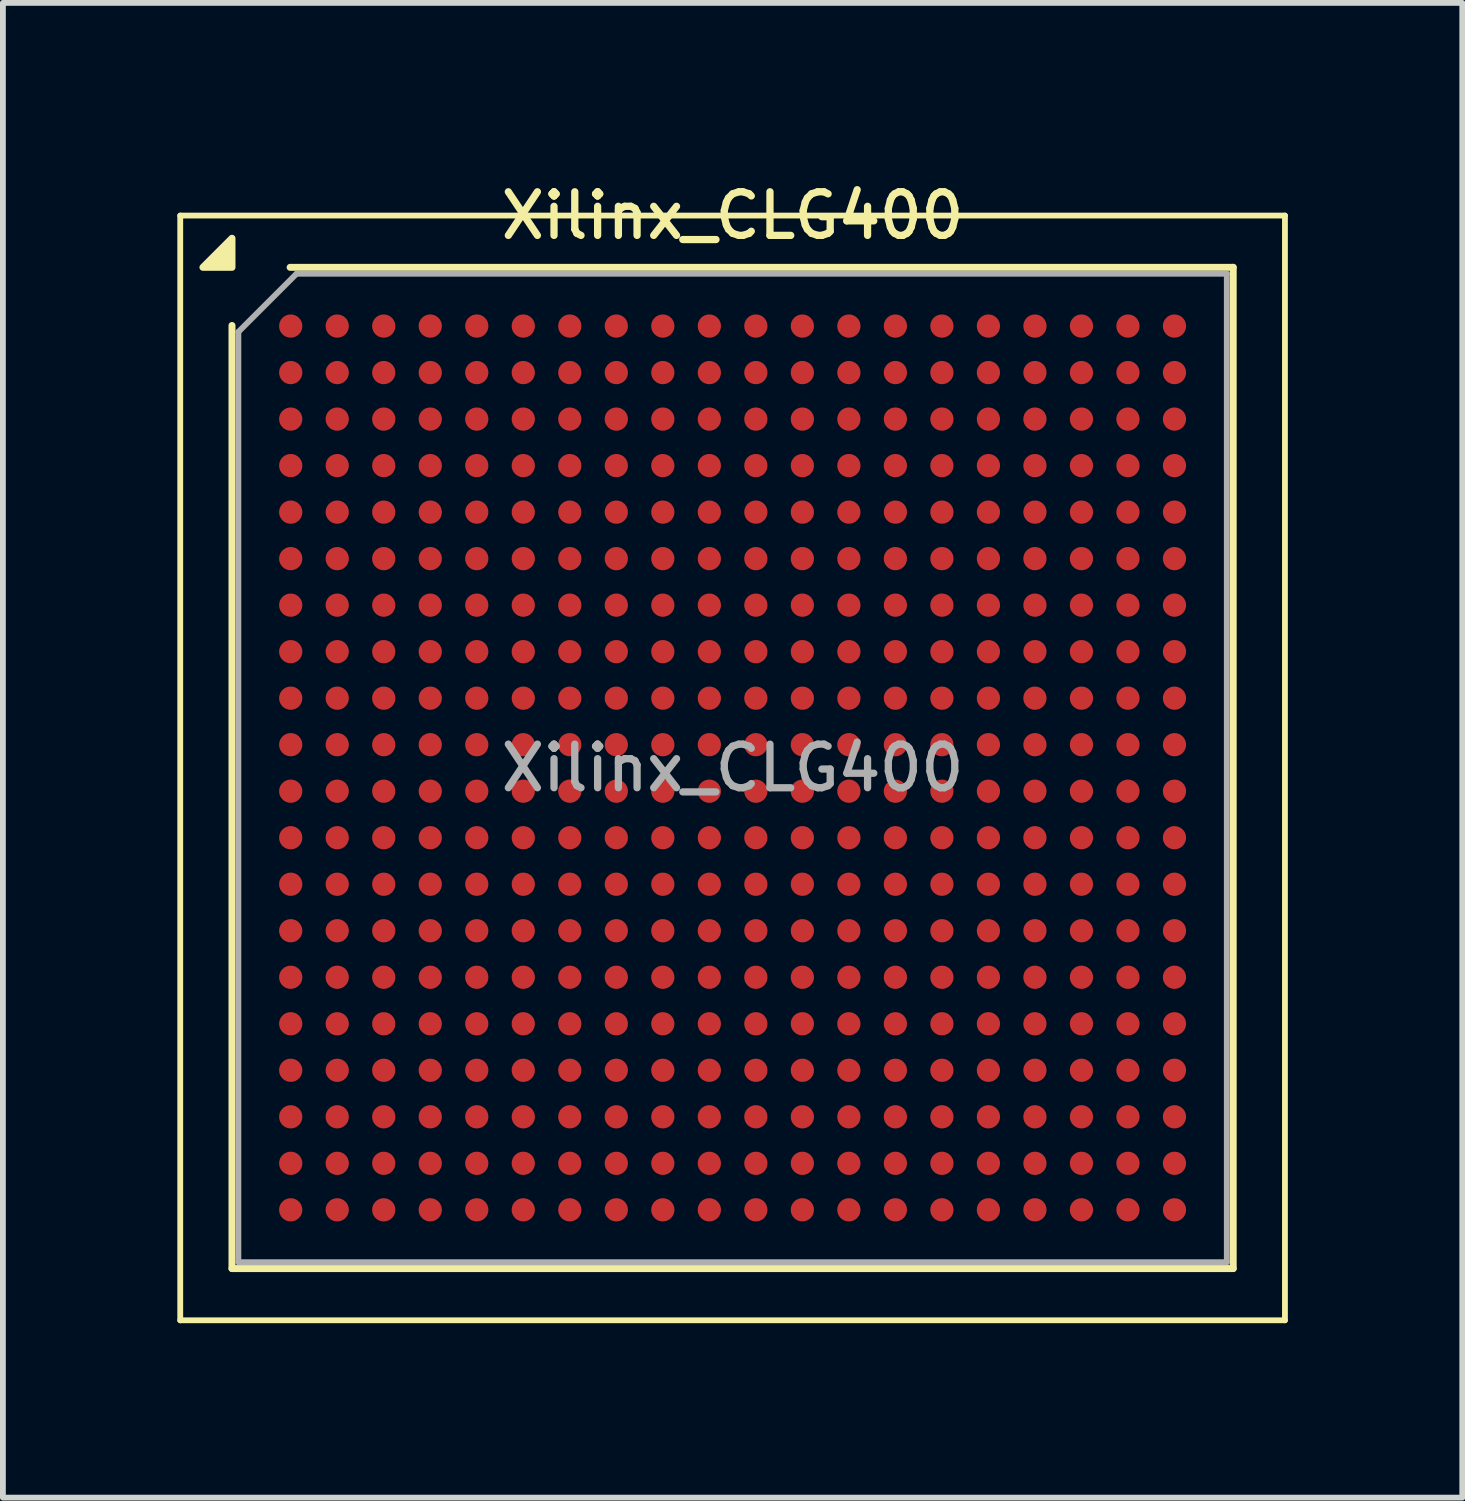
<source format=kicad_pcb>
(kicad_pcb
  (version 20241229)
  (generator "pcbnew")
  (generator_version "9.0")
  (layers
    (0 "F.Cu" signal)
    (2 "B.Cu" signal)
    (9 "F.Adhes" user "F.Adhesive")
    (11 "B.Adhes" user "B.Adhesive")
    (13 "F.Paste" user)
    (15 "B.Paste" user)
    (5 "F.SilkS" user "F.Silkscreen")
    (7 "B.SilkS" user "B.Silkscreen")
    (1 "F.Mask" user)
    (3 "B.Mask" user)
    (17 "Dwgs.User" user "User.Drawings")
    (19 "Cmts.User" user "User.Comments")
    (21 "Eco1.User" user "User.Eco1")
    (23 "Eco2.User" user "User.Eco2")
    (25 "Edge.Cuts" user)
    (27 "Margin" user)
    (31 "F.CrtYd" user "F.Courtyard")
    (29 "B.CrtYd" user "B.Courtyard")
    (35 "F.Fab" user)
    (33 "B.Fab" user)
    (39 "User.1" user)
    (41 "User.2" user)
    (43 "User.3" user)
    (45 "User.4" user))
  (footprint "Xilinx_CLG400"
    (layer "F.Cu")
    (at 9.55 10.158)
    (property "Reference" "Xilinx_CLG400" (at 0 -9.5 0) (layer "F.SilkS") (effects (font (size 0.75 0.75) (thickness 0.125))))
    (attr smd)
    (fp_line (start -9.5 -9.5) (end -9.5 9.5) (stroke (width 0.1) (type solid)) (layer "F.SilkS"))
    (fp_line (start -9.5 9.5) (end 9.5 9.5) (stroke (width 0.1) (type solid)) (layer "F.SilkS"))
    (fp_line (start -8.61 8.61) (end -8.61 -7.61) (stroke (width 0.12) (type solid)) (layer "F.SilkS"))
    (fp_line (start -7.61 -8.61) (end 8.61 -8.61) (stroke (width 0.12) (type solid)) (layer "F.SilkS"))
    (fp_line (start 8.61 -8.61) (end 8.61 8.61) (stroke (width 0.12) (type solid)) (layer "F.SilkS"))
    (fp_line (start 8.61 8.61) (end -8.61 8.61) (stroke (width 0.12) (type solid)) (layer "F.SilkS"))
    (fp_line (start 9.5 -9.5) (end -9.5 -9.5) (stroke (width 0.1) (type solid)) (layer "F.SilkS"))
    (fp_line (start 9.5 9.5) (end 9.5 -9.5) (stroke (width 0.1) (type solid)) (layer "F.SilkS"))
    (fp_poly (pts (xy -8.61 -8.61) (xy -9.11 -8.61) (xy -8.61 -9.11) (xy -8.61 -8.61)) (stroke (width 0.12) (type solid)) (fill yes) (layer "F.SilkS"))
    (fp_line (start -8.5 -7.5) (end -7.5 -8.5) (stroke (width 0.1) (type solid)) (layer "F.Fab"))
    (fp_line (start -8.5 8.5) (end -8.5 -7.5) (stroke (width 0.1) (type solid)) (layer "F.Fab"))
    (fp_line (start -7.5 -8.5) (end 8.5 -8.5) (stroke (width 0.1) (type solid)) (layer "F.Fab"))
    (fp_line (start 8.5 -8.5) (end 8.5 8.5) (stroke (width 0.1) (type solid)) (layer "F.Fab"))
    (fp_line (start 8.5 8.5) (end -8.5 8.5) (stroke (width 0.1) (type solid)) (layer "F.Fab"))
    (fp_text user "${REFERENCE}" (at 0 0 0) (layer "F.Fab") (effects (font (size 0.75 0.75) (thickness 0.125))))
    (pad "A1" smd circle (at -7.6 -7.6) (size 0.4 0.4) (property pad_prop_bga) (layers "F.Cu" "F.Mask" "F.Paste"))
    (pad "A2" smd circle (at -6.8 -7.6) (size 0.4 0.4) (property pad_prop_bga) (layers "F.Cu" "F.Mask" "F.Paste"))
    (pad "A3" smd circle (at -6 -7.6) (size 0.4 0.4) (property pad_prop_bga) (layers "F.Cu" "F.Mask" "F.Paste"))
    (pad "A4" smd circle (at -5.2 -7.6) (size 0.4 0.4) (property pad_prop_bga) (layers "F.Cu" "F.Mask" "F.Paste"))
    (pad "A5" smd circle (at -4.4 -7.6) (size 0.4 0.4) (property pad_prop_bga) (layers "F.Cu" "F.Mask" "F.Paste"))
    (pad "A6" smd circle (at -3.6 -7.6) (size 0.4 0.4) (property pad_prop_bga) (layers "F.Cu" "F.Mask" "F.Paste"))
    (pad "A7" smd circle (at -2.8 -7.6) (size 0.4 0.4) (property pad_prop_bga) (layers "F.Cu" "F.Mask" "F.Paste"))
    (pad "A8" smd circle (at -2 -7.6) (size 0.4 0.4) (property pad_prop_bga) (layers "F.Cu" "F.Mask" "F.Paste"))
    (pad "A9" smd circle (at -1.2 -7.6) (size 0.4 0.4) (property pad_prop_bga) (layers "F.Cu" "F.Mask" "F.Paste"))
    (pad "A10" smd circle (at -0.4 -7.6) (size 0.4 0.4) (property pad_prop_bga) (layers "F.Cu" "F.Mask" "F.Paste"))
    (pad "A11" smd circle (at 0.4 -7.6) (size 0.4 0.4) (property pad_prop_bga) (layers "F.Cu" "F.Mask" "F.Paste"))
    (pad "A12" smd circle (at 1.2 -7.6) (size 0.4 0.4) (property pad_prop_bga) (layers "F.Cu" "F.Mask" "F.Paste"))
    (pad "A13" smd circle (at 2 -7.6) (size 0.4 0.4) (property pad_prop_bga) (layers "F.Cu" "F.Mask" "F.Paste"))
    (pad "A14" smd circle (at 2.8 -7.6) (size 0.4 0.4) (property pad_prop_bga) (layers "F.Cu" "F.Mask" "F.Paste"))
    (pad "A15" smd circle (at 3.6 -7.6) (size 0.4 0.4) (property pad_prop_bga) (layers "F.Cu" "F.Mask" "F.Paste"))
    (pad "A16" smd circle (at 4.4 -7.6) (size 0.4 0.4) (property pad_prop_bga) (layers "F.Cu" "F.Mask" "F.Paste"))
    (pad "A17" smd circle (at 5.2 -7.6) (size 0.4 0.4) (property pad_prop_bga) (layers "F.Cu" "F.Mask" "F.Paste"))
    (pad "A18" smd circle (at 6 -7.6) (size 0.4 0.4) (property pad_prop_bga) (layers "F.Cu" "F.Mask" "F.Paste"))
    (pad "A19" smd circle (at 6.8 -7.6) (size 0.4 0.4) (property pad_prop_bga) (layers "F.Cu" "F.Mask" "F.Paste"))
    (pad "A20" smd circle (at 7.6 -7.6) (size 0.4 0.4) (property pad_prop_bga) (layers "F.Cu" "F.Mask" "F.Paste"))
    (pad "B1" smd circle (at -7.6 -6.8) (size 0.4 0.4) (property pad_prop_bga) (layers "F.Cu" "F.Mask" "F.Paste"))
    (pad "B2" smd circle (at -6.8 -6.8) (size 0.4 0.4) (property pad_prop_bga) (layers "F.Cu" "F.Mask" "F.Paste"))
    (pad "B3" smd circle (at -6 -6.8) (size 0.4 0.4) (property pad_prop_bga) (layers "F.Cu" "F.Mask" "F.Paste"))
    (pad "B4" smd circle (at -5.2 -6.8) (size 0.4 0.4) (property pad_prop_bga) (layers "F.Cu" "F.Mask" "F.Paste"))
    (pad "B5" smd circle (at -4.4 -6.8) (size 0.4 0.4) (property pad_prop_bga) (layers "F.Cu" "F.Mask" "F.Paste"))
    (pad "B6" smd circle (at -3.6 -6.8) (size 0.4 0.4) (property pad_prop_bga) (layers "F.Cu" "F.Mask" "F.Paste"))
    (pad "B7" smd circle (at -2.8 -6.8) (size 0.4 0.4) (property pad_prop_bga) (layers "F.Cu" "F.Mask" "F.Paste"))
    (pad "B8" smd circle (at -2 -6.8) (size 0.4 0.4) (property pad_prop_bga) (layers "F.Cu" "F.Mask" "F.Paste"))
    (pad "B9" smd circle (at -1.2 -6.8) (size 0.4 0.4) (property pad_prop_bga) (layers "F.Cu" "F.Mask" "F.Paste"))
    (pad "B10" smd circle (at -0.4 -6.8) (size 0.4 0.4) (property pad_prop_bga) (layers "F.Cu" "F.Mask" "F.Paste"))
    (pad "B11" smd circle (at 0.4 -6.8) (size 0.4 0.4) (property pad_prop_bga) (layers "F.Cu" "F.Mask" "F.Paste"))
    (pad "B12" smd circle (at 1.2 -6.8) (size 0.4 0.4) (property pad_prop_bga) (layers "F.Cu" "F.Mask" "F.Paste"))
    (pad "B13" smd circle (at 2 -6.8) (size 0.4 0.4) (property pad_prop_bga) (layers "F.Cu" "F.Mask" "F.Paste"))
    (pad "B14" smd circle (at 2.8 -6.8) (size 0.4 0.4) (property pad_prop_bga) (layers "F.Cu" "F.Mask" "F.Paste"))
    (pad "B15" smd circle (at 3.6 -6.8) (size 0.4 0.4) (property pad_prop_bga) (layers "F.Cu" "F.Mask" "F.Paste"))
    (pad "B16" smd circle (at 4.4 -6.8) (size 0.4 0.4) (property pad_prop_bga) (layers "F.Cu" "F.Mask" "F.Paste"))
    (pad "B17" smd circle (at 5.2 -6.8) (size 0.4 0.4) (property pad_prop_bga) (layers "F.Cu" "F.Mask" "F.Paste"))
    (pad "B18" smd circle (at 6 -6.8) (size 0.4 0.4) (property pad_prop_bga) (layers "F.Cu" "F.Mask" "F.Paste"))
    (pad "B19" smd circle (at 6.8 -6.8) (size 0.4 0.4) (property pad_prop_bga) (layers "F.Cu" "F.Mask" "F.Paste"))
    (pad "B20" smd circle (at 7.6 -6.8) (size 0.4 0.4) (property pad_prop_bga) (layers "F.Cu" "F.Mask" "F.Paste"))
    (pad "C1" smd circle (at -7.6 -6) (size 0.4 0.4) (property pad_prop_bga) (layers "F.Cu" "F.Mask" "F.Paste"))
    (pad "C2" smd circle (at -6.8 -6) (size 0.4 0.4) (property pad_prop_bga) (layers "F.Cu" "F.Mask" "F.Paste"))
    (pad "C3" smd circle (at -6 -6) (size 0.4 0.4) (property pad_prop_bga) (layers "F.Cu" "F.Mask" "F.Paste"))
    (pad "C4" smd circle (at -5.2 -6) (size 0.4 0.4) (property pad_prop_bga) (layers "F.Cu" "F.Mask" "F.Paste"))
    (pad "C5" smd circle (at -4.4 -6) (size 0.4 0.4) (property pad_prop_bga) (layers "F.Cu" "F.Mask" "F.Paste"))
    (pad "C6" smd circle (at -3.6 -6) (size 0.4 0.4) (property pad_prop_bga) (layers "F.Cu" "F.Mask" "F.Paste"))
    (pad "C7" smd circle (at -2.8 -6) (size 0.4 0.4) (property pad_prop_bga) (layers "F.Cu" "F.Mask" "F.Paste"))
    (pad "C8" smd circle (at -2 -6) (size 0.4 0.4) (property pad_prop_bga) (layers "F.Cu" "F.Mask" "F.Paste"))
    (pad "C9" smd circle (at -1.2 -6) (size 0.4 0.4) (property pad_prop_bga) (layers "F.Cu" "F.Mask" "F.Paste"))
    (pad "C10" smd circle (at -0.4 -6) (size 0.4 0.4) (property pad_prop_bga) (layers "F.Cu" "F.Mask" "F.Paste"))
    (pad "C11" smd circle (at 0.4 -6) (size 0.4 0.4) (property pad_prop_bga) (layers "F.Cu" "F.Mask" "F.Paste"))
    (pad "C12" smd circle (at 1.2 -6) (size 0.4 0.4) (property pad_prop_bga) (layers "F.Cu" "F.Mask" "F.Paste"))
    (pad "C13" smd circle (at 2 -6) (size 0.4 0.4) (property pad_prop_bga) (layers "F.Cu" "F.Mask" "F.Paste"))
    (pad "C14" smd circle (at 2.8 -6) (size 0.4 0.4) (property pad_prop_bga) (layers "F.Cu" "F.Mask" "F.Paste"))
    (pad "C15" smd circle (at 3.6 -6) (size 0.4 0.4) (property pad_prop_bga) (layers "F.Cu" "F.Mask" "F.Paste"))
    (pad "C16" smd circle (at 4.4 -6) (size 0.4 0.4) (property pad_prop_bga) (layers "F.Cu" "F.Mask" "F.Paste"))
    (pad "C17" smd circle (at 5.2 -6) (size 0.4 0.4) (property pad_prop_bga) (layers "F.Cu" "F.Mask" "F.Paste"))
    (pad "C18" smd circle (at 6 -6) (size 0.4 0.4) (property pad_prop_bga) (layers "F.Cu" "F.Mask" "F.Paste"))
    (pad "C19" smd circle (at 6.8 -6) (size 0.4 0.4) (property pad_prop_bga) (layers "F.Cu" "F.Mask" "F.Paste"))
    (pad "C20" smd circle (at 7.6 -6) (size 0.4 0.4) (property pad_prop_bga) (layers "F.Cu" "F.Mask" "F.Paste"))
    (pad "D1" smd circle (at -7.6 -5.2) (size 0.4 0.4) (property pad_prop_bga) (layers "F.Cu" "F.Mask" "F.Paste"))
    (pad "D2" smd circle (at -6.8 -5.2) (size 0.4 0.4) (property pad_prop_bga) (layers "F.Cu" "F.Mask" "F.Paste"))
    (pad "D3" smd circle (at -6 -5.2) (size 0.4 0.4) (property pad_prop_bga) (layers "F.Cu" "F.Mask" "F.Paste"))
    (pad "D4" smd circle (at -5.2 -5.2) (size 0.4 0.4) (property pad_prop_bga) (layers "F.Cu" "F.Mask" "F.Paste"))
    (pad "D5" smd circle (at -4.4 -5.2) (size 0.4 0.4) (property pad_prop_bga) (layers "F.Cu" "F.Mask" "F.Paste"))
    (pad "D6" smd circle (at -3.6 -5.2) (size 0.4 0.4) (property pad_prop_bga) (layers "F.Cu" "F.Mask" "F.Paste"))
    (pad "D7" smd circle (at -2.8 -5.2) (size 0.4 0.4) (property pad_prop_bga) (layers "F.Cu" "F.Mask" "F.Paste"))
    (pad "D8" smd circle (at -2 -5.2) (size 0.4 0.4) (property pad_prop_bga) (layers "F.Cu" "F.Mask" "F.Paste"))
    (pad "D9" smd circle (at -1.2 -5.2) (size 0.4 0.4) (property pad_prop_bga) (layers "F.Cu" "F.Mask" "F.Paste"))
    (pad "D10" smd circle (at -0.4 -5.2) (size 0.4 0.4) (property pad_prop_bga) (layers "F.Cu" "F.Mask" "F.Paste"))
    (pad "D11" smd circle (at 0.4 -5.2) (size 0.4 0.4) (property pad_prop_bga) (layers "F.Cu" "F.Mask" "F.Paste"))
    (pad "D12" smd circle (at 1.2 -5.2) (size 0.4 0.4) (property pad_prop_bga) (layers "F.Cu" "F.Mask" "F.Paste"))
    (pad "D13" smd circle (at 2 -5.2) (size 0.4 0.4) (property pad_prop_bga) (layers "F.Cu" "F.Mask" "F.Paste"))
    (pad "D14" smd circle (at 2.8 -5.2) (size 0.4 0.4) (property pad_prop_bga) (layers "F.Cu" "F.Mask" "F.Paste"))
    (pad "D15" smd circle (at 3.6 -5.2) (size 0.4 0.4) (property pad_prop_bga) (layers "F.Cu" "F.Mask" "F.Paste"))
    (pad "D16" smd circle (at 4.4 -5.2) (size 0.4 0.4) (property pad_prop_bga) (layers "F.Cu" "F.Mask" "F.Paste"))
    (pad "D17" smd circle (at 5.2 -5.2) (size 0.4 0.4) (property pad_prop_bga) (layers "F.Cu" "F.Mask" "F.Paste"))
    (pad "D18" smd circle (at 6 -5.2) (size 0.4 0.4) (property pad_prop_bga) (layers "F.Cu" "F.Mask" "F.Paste"))
    (pad "D19" smd circle (at 6.8 -5.2) (size 0.4 0.4) (property pad_prop_bga) (layers "F.Cu" "F.Mask" "F.Paste"))
    (pad "D20" smd circle (at 7.6 -5.2) (size 0.4 0.4) (property pad_prop_bga) (layers "F.Cu" "F.Mask" "F.Paste"))
    (pad "E1" smd circle (at -7.6 -4.4) (size 0.4 0.4) (property pad_prop_bga) (layers "F.Cu" "F.Mask" "F.Paste"))
    (pad "E2" smd circle (at -6.8 -4.4) (size 0.4 0.4) (property pad_prop_bga) (layers "F.Cu" "F.Mask" "F.Paste"))
    (pad "E3" smd circle (at -6 -4.4) (size 0.4 0.4) (property pad_prop_bga) (layers "F.Cu" "F.Mask" "F.Paste"))
    (pad "E4" smd circle (at -5.2 -4.4) (size 0.4 0.4) (property pad_prop_bga) (layers "F.Cu" "F.Mask" "F.Paste"))
    (pad "E5" smd circle (at -4.4 -4.4) (size 0.4 0.4) (property pad_prop_bga) (layers "F.Cu" "F.Mask" "F.Paste"))
    (pad "E6" smd circle (at -3.6 -4.4) (size 0.4 0.4) (property pad_prop_bga) (layers "F.Cu" "F.Mask" "F.Paste"))
    (pad "E7" smd circle (at -2.8 -4.4) (size 0.4 0.4) (property pad_prop_bga) (layers "F.Cu" "F.Mask" "F.Paste"))
    (pad "E8" smd circle (at -2 -4.4) (size 0.4 0.4) (property pad_prop_bga) (layers "F.Cu" "F.Mask" "F.Paste"))
    (pad "E9" smd circle (at -1.2 -4.4) (size 0.4 0.4) (property pad_prop_bga) (layers "F.Cu" "F.Mask" "F.Paste"))
    (pad "E10" smd circle (at -0.4 -4.4) (size 0.4 0.4) (property pad_prop_bga) (layers "F.Cu" "F.Mask" "F.Paste"))
    (pad "E11" smd circle (at 0.4 -4.4) (size 0.4 0.4) (property pad_prop_bga) (layers "F.Cu" "F.Mask" "F.Paste"))
    (pad "E12" smd circle (at 1.2 -4.4) (size 0.4 0.4) (property pad_prop_bga) (layers "F.Cu" "F.Mask" "F.Paste"))
    (pad "E13" smd circle (at 2 -4.4) (size 0.4 0.4) (property pad_prop_bga) (layers "F.Cu" "F.Mask" "F.Paste"))
    (pad "E14" smd circle (at 2.8 -4.4) (size 0.4 0.4) (property pad_prop_bga) (layers "F.Cu" "F.Mask" "F.Paste"))
    (pad "E15" smd circle (at 3.6 -4.4) (size 0.4 0.4) (property pad_prop_bga) (layers "F.Cu" "F.Mask" "F.Paste"))
    (pad "E16" smd circle (at 4.4 -4.4) (size 0.4 0.4) (property pad_prop_bga) (layers "F.Cu" "F.Mask" "F.Paste"))
    (pad "E17" smd circle (at 5.2 -4.4) (size 0.4 0.4) (property pad_prop_bga) (layers "F.Cu" "F.Mask" "F.Paste"))
    (pad "E18" smd circle (at 6 -4.4) (size 0.4 0.4) (property pad_prop_bga) (layers "F.Cu" "F.Mask" "F.Paste"))
    (pad "E19" smd circle (at 6.8 -4.4) (size 0.4 0.4) (property pad_prop_bga) (layers "F.Cu" "F.Mask" "F.Paste"))
    (pad "E20" smd circle (at 7.6 -4.4) (size 0.4 0.4) (property pad_prop_bga) (layers "F.Cu" "F.Mask" "F.Paste"))
    (pad "F1" smd circle (at -7.6 -3.6) (size 0.4 0.4) (property pad_prop_bga) (layers "F.Cu" "F.Mask" "F.Paste"))
    (pad "F2" smd circle (at -6.8 -3.6) (size 0.4 0.4) (property pad_prop_bga) (layers "F.Cu" "F.Mask" "F.Paste"))
    (pad "F3" smd circle (at -6 -3.6) (size 0.4 0.4) (property pad_prop_bga) (layers "F.Cu" "F.Mask" "F.Paste"))
    (pad "F4" smd circle (at -5.2 -3.6) (size 0.4 0.4) (property pad_prop_bga) (layers "F.Cu" "F.Mask" "F.Paste"))
    (pad "F5" smd circle (at -4.4 -3.6) (size 0.4 0.4) (property pad_prop_bga) (layers "F.Cu" "F.Mask" "F.Paste"))
    (pad "F6" smd circle (at -3.6 -3.6) (size 0.4 0.4) (property pad_prop_bga) (layers "F.Cu" "F.Mask" "F.Paste"))
    (pad "F7" smd circle (at -2.8 -3.6) (size 0.4 0.4) (property pad_prop_bga) (layers "F.Cu" "F.Mask" "F.Paste"))
    (pad "F8" smd circle (at -2 -3.6) (size 0.4 0.4) (property pad_prop_bga) (layers "F.Cu" "F.Mask" "F.Paste"))
    (pad "F9" smd circle (at -1.2 -3.6) (size 0.4 0.4) (property pad_prop_bga) (layers "F.Cu" "F.Mask" "F.Paste"))
    (pad "F10" smd circle (at -0.4 -3.6) (size 0.4 0.4) (property pad_prop_bga) (layers "F.Cu" "F.Mask" "F.Paste"))
    (pad "F11" smd circle (at 0.4 -3.6) (size 0.4 0.4) (property pad_prop_bga) (layers "F.Cu" "F.Mask" "F.Paste"))
    (pad "F12" smd circle (at 1.2 -3.6) (size 0.4 0.4) (property pad_prop_bga) (layers "F.Cu" "F.Mask" "F.Paste"))
    (pad "F13" smd circle (at 2 -3.6) (size 0.4 0.4) (property pad_prop_bga) (layers "F.Cu" "F.Mask" "F.Paste"))
    (pad "F14" smd circle (at 2.8 -3.6) (size 0.4 0.4) (property pad_prop_bga) (layers "F.Cu" "F.Mask" "F.Paste"))
    (pad "F15" smd circle (at 3.6 -3.6) (size 0.4 0.4) (property pad_prop_bga) (layers "F.Cu" "F.Mask" "F.Paste"))
    (pad "F16" smd circle (at 4.4 -3.6) (size 0.4 0.4) (property pad_prop_bga) (layers "F.Cu" "F.Mask" "F.Paste"))
    (pad "F17" smd circle (at 5.2 -3.6) (size 0.4 0.4) (property pad_prop_bga) (layers "F.Cu" "F.Mask" "F.Paste"))
    (pad "F18" smd circle (at 6 -3.6) (size 0.4 0.4) (property pad_prop_bga) (layers "F.Cu" "F.Mask" "F.Paste"))
    (pad "F19" smd circle (at 6.8 -3.6) (size 0.4 0.4) (property pad_prop_bga) (layers "F.Cu" "F.Mask" "F.Paste"))
    (pad "F20" smd circle (at 7.6 -3.6) (size 0.4 0.4) (property pad_prop_bga) (layers "F.Cu" "F.Mask" "F.Paste"))
    (pad "G1" smd circle (at -7.6 -2.8) (size 0.4 0.4) (property pad_prop_bga) (layers "F.Cu" "F.Mask" "F.Paste"))
    (pad "G2" smd circle (at -6.8 -2.8) (size 0.4 0.4) (property pad_prop_bga) (layers "F.Cu" "F.Mask" "F.Paste"))
    (pad "G3" smd circle (at -6 -2.8) (size 0.4 0.4) (property pad_prop_bga) (layers "F.Cu" "F.Mask" "F.Paste"))
    (pad "G4" smd circle (at -5.2 -2.8) (size 0.4 0.4) (property pad_prop_bga) (layers "F.Cu" "F.Mask" "F.Paste"))
    (pad "G5" smd circle (at -4.4 -2.8) (size 0.4 0.4) (property pad_prop_bga) (layers "F.Cu" "F.Mask" "F.Paste"))
    (pad "G6" smd circle (at -3.6 -2.8) (size 0.4 0.4) (property pad_prop_bga) (layers "F.Cu" "F.Mask" "F.Paste"))
    (pad "G7" smd circle (at -2.8 -2.8) (size 0.4 0.4) (property pad_prop_bga) (layers "F.Cu" "F.Mask" "F.Paste"))
    (pad "G8" smd circle (at -2 -2.8) (size 0.4 0.4) (property pad_prop_bga) (layers "F.Cu" "F.Mask" "F.Paste"))
    (pad "G9" smd circle (at -1.2 -2.8) (size 0.4 0.4) (property pad_prop_bga) (layers "F.Cu" "F.Mask" "F.Paste"))
    (pad "G10" smd circle (at -0.4 -2.8) (size 0.4 0.4) (property pad_prop_bga) (layers "F.Cu" "F.Mask" "F.Paste"))
    (pad "G11" smd circle (at 0.4 -2.8) (size 0.4 0.4) (property pad_prop_bga) (layers "F.Cu" "F.Mask" "F.Paste"))
    (pad "G12" smd circle (at 1.2 -2.8) (size 0.4 0.4) (property pad_prop_bga) (layers "F.Cu" "F.Mask" "F.Paste"))
    (pad "G13" smd circle (at 2 -2.8) (size 0.4 0.4) (property pad_prop_bga) (layers "F.Cu" "F.Mask" "F.Paste"))
    (pad "G14" smd circle (at 2.8 -2.8) (size 0.4 0.4) (property pad_prop_bga) (layers "F.Cu" "F.Mask" "F.Paste"))
    (pad "G15" smd circle (at 3.6 -2.8) (size 0.4 0.4) (property pad_prop_bga) (layers "F.Cu" "F.Mask" "F.Paste"))
    (pad "G16" smd circle (at 4.4 -2.8) (size 0.4 0.4) (property pad_prop_bga) (layers "F.Cu" "F.Mask" "F.Paste"))
    (pad "G17" smd circle (at 5.2 -2.8) (size 0.4 0.4) (property pad_prop_bga) (layers "F.Cu" "F.Mask" "F.Paste"))
    (pad "G18" smd circle (at 6 -2.8) (size 0.4 0.4) (property pad_prop_bga) (layers "F.Cu" "F.Mask" "F.Paste"))
    (pad "G19" smd circle (at 6.8 -2.8) (size 0.4 0.4) (property pad_prop_bga) (layers "F.Cu" "F.Mask" "F.Paste"))
    (pad "G20" smd circle (at 7.6 -2.8) (size 0.4 0.4) (property pad_prop_bga) (layers "F.Cu" "F.Mask" "F.Paste"))
    (pad "H1" smd circle (at -7.6 -2) (size 0.4 0.4) (property pad_prop_bga) (layers "F.Cu" "F.Mask" "F.Paste"))
    (pad "H2" smd circle (at -6.8 -2) (size 0.4 0.4) (property pad_prop_bga) (layers "F.Cu" "F.Mask" "F.Paste"))
    (pad "H3" smd circle (at -6 -2) (size 0.4 0.4) (property pad_prop_bga) (layers "F.Cu" "F.Mask" "F.Paste"))
    (pad "H4" smd circle (at -5.2 -2) (size 0.4 0.4) (property pad_prop_bga) (layers "F.Cu" "F.Mask" "F.Paste"))
    (pad "H5" smd circle (at -4.4 -2) (size 0.4 0.4) (property pad_prop_bga) (layers "F.Cu" "F.Mask" "F.Paste"))
    (pad "H6" smd circle (at -3.6 -2) (size 0.4 0.4) (property pad_prop_bga) (layers "F.Cu" "F.Mask" "F.Paste"))
    (pad "H7" smd circle (at -2.8 -2) (size 0.4 0.4) (property pad_prop_bga) (layers "F.Cu" "F.Mask" "F.Paste"))
    (pad "H8" smd circle (at -2 -2) (size 0.4 0.4) (property pad_prop_bga) (layers "F.Cu" "F.Mask" "F.Paste"))
    (pad "H9" smd circle (at -1.2 -2) (size 0.4 0.4) (property pad_prop_bga) (layers "F.Cu" "F.Mask" "F.Paste"))
    (pad "H10" smd circle (at -0.4 -2) (size 0.4 0.4) (property pad_prop_bga) (layers "F.Cu" "F.Mask" "F.Paste"))
    (pad "H11" smd circle (at 0.4 -2) (size 0.4 0.4) (property pad_prop_bga) (layers "F.Cu" "F.Mask" "F.Paste"))
    (pad "H12" smd circle (at 1.2 -2) (size 0.4 0.4) (property pad_prop_bga) (layers "F.Cu" "F.Mask" "F.Paste"))
    (pad "H13" smd circle (at 2 -2) (size 0.4 0.4) (property pad_prop_bga) (layers "F.Cu" "F.Mask" "F.Paste"))
    (pad "H14" smd circle (at 2.8 -2) (size 0.4 0.4) (property pad_prop_bga) (layers "F.Cu" "F.Mask" "F.Paste"))
    (pad "H15" smd circle (at 3.6 -2) (size 0.4 0.4) (property pad_prop_bga) (layers "F.Cu" "F.Mask" "F.Paste"))
    (pad "H16" smd circle (at 4.4 -2) (size 0.4 0.4) (property pad_prop_bga) (layers "F.Cu" "F.Mask" "F.Paste"))
    (pad "H17" smd circle (at 5.2 -2) (size 0.4 0.4) (property pad_prop_bga) (layers "F.Cu" "F.Mask" "F.Paste"))
    (pad "H18" smd circle (at 6 -2) (size 0.4 0.4) (property pad_prop_bga) (layers "F.Cu" "F.Mask" "F.Paste"))
    (pad "H19" smd circle (at 6.8 -2) (size 0.4 0.4) (property pad_prop_bga) (layers "F.Cu" "F.Mask" "F.Paste"))
    (pad "H20" smd circle (at 7.6 -2) (size 0.4 0.4) (property pad_prop_bga) (layers "F.Cu" "F.Mask" "F.Paste"))
    (pad "J1" smd circle (at -7.6 -1.2) (size 0.4 0.4) (property pad_prop_bga) (layers "F.Cu" "F.Mask" "F.Paste"))
    (pad "J2" smd circle (at -6.8 -1.2) (size 0.4 0.4) (property pad_prop_bga) (layers "F.Cu" "F.Mask" "F.Paste"))
    (pad "J3" smd circle (at -6 -1.2) (size 0.4 0.4) (property pad_prop_bga) (layers "F.Cu" "F.Mask" "F.Paste"))
    (pad "J4" smd circle (at -5.2 -1.2) (size 0.4 0.4) (property pad_prop_bga) (layers "F.Cu" "F.Mask" "F.Paste"))
    (pad "J5" smd circle (at -4.4 -1.2) (size 0.4 0.4) (property pad_prop_bga) (layers "F.Cu" "F.Mask" "F.Paste"))
    (pad "J6" smd circle (at -3.6 -1.2) (size 0.4 0.4) (property pad_prop_bga) (layers "F.Cu" "F.Mask" "F.Paste"))
    (pad "J7" smd circle (at -2.8 -1.2) (size 0.4 0.4) (property pad_prop_bga) (layers "F.Cu" "F.Mask" "F.Paste"))
    (pad "J8" smd circle (at -2 -1.2) (size 0.4 0.4) (property pad_prop_bga) (layers "F.Cu" "F.Mask" "F.Paste"))
    (pad "J9" smd circle (at -1.2 -1.2) (size 0.4 0.4) (property pad_prop_bga) (layers "F.Cu" "F.Mask" "F.Paste"))
    (pad "J10" smd circle (at -0.4 -1.2) (size 0.4 0.4) (property pad_prop_bga) (layers "F.Cu" "F.Mask" "F.Paste"))
    (pad "J11" smd circle (at 0.4 -1.2) (size 0.4 0.4) (property pad_prop_bga) (layers "F.Cu" "F.Mask" "F.Paste"))
    (pad "J12" smd circle (at 1.2 -1.2) (size 0.4 0.4) (property pad_prop_bga) (layers "F.Cu" "F.Mask" "F.Paste"))
    (pad "J13" smd circle (at 2 -1.2) (size 0.4 0.4) (property pad_prop_bga) (layers "F.Cu" "F.Mask" "F.Paste"))
    (pad "J14" smd circle (at 2.8 -1.2) (size 0.4 0.4) (property pad_prop_bga) (layers "F.Cu" "F.Mask" "F.Paste"))
    (pad "J15" smd circle (at 3.6 -1.2) (size 0.4 0.4) (property pad_prop_bga) (layers "F.Cu" "F.Mask" "F.Paste"))
    (pad "J16" smd circle (at 4.4 -1.2) (size 0.4 0.4) (property pad_prop_bga) (layers "F.Cu" "F.Mask" "F.Paste"))
    (pad "J17" smd circle (at 5.2 -1.2) (size 0.4 0.4) (property pad_prop_bga) (layers "F.Cu" "F.Mask" "F.Paste"))
    (pad "J18" smd circle (at 6 -1.2) (size 0.4 0.4) (property pad_prop_bga) (layers "F.Cu" "F.Mask" "F.Paste"))
    (pad "J19" smd circle (at 6.8 -1.2) (size 0.4 0.4) (property pad_prop_bga) (layers "F.Cu" "F.Mask" "F.Paste"))
    (pad "J20" smd circle (at 7.6 -1.2) (size 0.4 0.4) (property pad_prop_bga) (layers "F.Cu" "F.Mask" "F.Paste"))
    (pad "K1" smd circle (at -7.6 -0.4) (size 0.4 0.4) (property pad_prop_bga) (layers "F.Cu" "F.Mask" "F.Paste"))
    (pad "K2" smd circle (at -6.8 -0.4) (size 0.4 0.4) (property pad_prop_bga) (layers "F.Cu" "F.Mask" "F.Paste"))
    (pad "K3" smd circle (at -6 -0.4) (size 0.4 0.4) (property pad_prop_bga) (layers "F.Cu" "F.Mask" "F.Paste"))
    (pad "K4" smd circle (at -5.2 -0.4) (size 0.4 0.4) (property pad_prop_bga) (layers "F.Cu" "F.Mask" "F.Paste"))
    (pad "K5" smd circle (at -4.4 -0.4) (size 0.4 0.4) (property pad_prop_bga) (layers "F.Cu" "F.Mask" "F.Paste"))
    (pad "K6" smd circle (at -3.6 -0.4) (size 0.4 0.4) (property pad_prop_bga) (layers "F.Cu" "F.Mask" "F.Paste"))
    (pad "K7" smd circle (at -2.8 -0.4) (size 0.4 0.4) (property pad_prop_bga) (layers "F.Cu" "F.Mask" "F.Paste"))
    (pad "K8" smd circle (at -2 -0.4) (size 0.4 0.4) (property pad_prop_bga) (layers "F.Cu" "F.Mask" "F.Paste"))
    (pad "K9" smd circle (at -1.2 -0.4) (size 0.4 0.4) (property pad_prop_bga) (layers "F.Cu" "F.Mask" "F.Paste"))
    (pad "K10" smd circle (at -0.4 -0.4) (size 0.4 0.4) (property pad_prop_bga) (layers "F.Cu" "F.Mask" "F.Paste"))
    (pad "K11" smd circle (at 0.4 -0.4) (size 0.4 0.4) (property pad_prop_bga) (layers "F.Cu" "F.Mask" "F.Paste"))
    (pad "K12" smd circle (at 1.2 -0.4) (size 0.4 0.4) (property pad_prop_bga) (layers "F.Cu" "F.Mask" "F.Paste"))
    (pad "K13" smd circle (at 2 -0.4) (size 0.4 0.4) (property pad_prop_bga) (layers "F.Cu" "F.Mask" "F.Paste"))
    (pad "K14" smd circle (at 2.8 -0.4) (size 0.4 0.4) (property pad_prop_bga) (layers "F.Cu" "F.Mask" "F.Paste"))
    (pad "K15" smd circle (at 3.6 -0.4) (size 0.4 0.4) (property pad_prop_bga) (layers "F.Cu" "F.Mask" "F.Paste"))
    (pad "K16" smd circle (at 4.4 -0.4) (size 0.4 0.4) (property pad_prop_bga) (layers "F.Cu" "F.Mask" "F.Paste"))
    (pad "K17" smd circle (at 5.2 -0.4) (size 0.4 0.4) (property pad_prop_bga) (layers "F.Cu" "F.Mask" "F.Paste"))
    (pad "K18" smd circle (at 6 -0.4) (size 0.4 0.4) (property pad_prop_bga) (layers "F.Cu" "F.Mask" "F.Paste"))
    (pad "K19" smd circle (at 6.8 -0.4) (size 0.4 0.4) (property pad_prop_bga) (layers "F.Cu" "F.Mask" "F.Paste"))
    (pad "K20" smd circle (at 7.6 -0.4) (size 0.4 0.4) (property pad_prop_bga) (layers "F.Cu" "F.Mask" "F.Paste"))
    (pad "L1" smd circle (at -7.6 0.4) (size 0.4 0.4) (property pad_prop_bga) (layers "F.Cu" "F.Mask" "F.Paste"))
    (pad "L2" smd circle (at -6.8 0.4) (size 0.4 0.4) (property pad_prop_bga) (layers "F.Cu" "F.Mask" "F.Paste"))
    (pad "L3" smd circle (at -6 0.4) (size 0.4 0.4) (property pad_prop_bga) (layers "F.Cu" "F.Mask" "F.Paste"))
    (pad "L4" smd circle (at -5.2 0.4) (size 0.4 0.4) (property pad_prop_bga) (layers "F.Cu" "F.Mask" "F.Paste"))
    (pad "L5" smd circle (at -4.4 0.4) (size 0.4 0.4) (property pad_prop_bga) (layers "F.Cu" "F.Mask" "F.Paste"))
    (pad "L6" smd circle (at -3.6 0.4) (size 0.4 0.4) (property pad_prop_bga) (layers "F.Cu" "F.Mask" "F.Paste"))
    (pad "L7" smd circle (at -2.8 0.4) (size 0.4 0.4) (property pad_prop_bga) (layers "F.Cu" "F.Mask" "F.Paste"))
    (pad "L8" smd circle (at -2 0.4) (size 0.4 0.4) (property pad_prop_bga) (layers "F.Cu" "F.Mask" "F.Paste"))
    (pad "L9" smd circle (at -1.2 0.4) (size 0.4 0.4) (property pad_prop_bga) (layers "F.Cu" "F.Mask" "F.Paste"))
    (pad "L10" smd circle (at -0.4 0.4) (size 0.4 0.4) (property pad_prop_bga) (layers "F.Cu" "F.Mask" "F.Paste"))
    (pad "L11" smd circle (at 0.4 0.4) (size 0.4 0.4) (property pad_prop_bga) (layers "F.Cu" "F.Mask" "F.Paste"))
    (pad "L12" smd circle (at 1.2 0.4) (size 0.4 0.4) (property pad_prop_bga) (layers "F.Cu" "F.Mask" "F.Paste"))
    (pad "L13" smd circle (at 2 0.4) (size 0.4 0.4) (property pad_prop_bga) (layers "F.Cu" "F.Mask" "F.Paste"))
    (pad "L14" smd circle (at 2.8 0.4) (size 0.4 0.4) (property pad_prop_bga) (layers "F.Cu" "F.Mask" "F.Paste"))
    (pad "L15" smd circle (at 3.6 0.4) (size 0.4 0.4) (property pad_prop_bga) (layers "F.Cu" "F.Mask" "F.Paste"))
    (pad "L16" smd circle (at 4.4 0.4) (size 0.4 0.4) (property pad_prop_bga) (layers "F.Cu" "F.Mask" "F.Paste"))
    (pad "L17" smd circle (at 5.2 0.4) (size 0.4 0.4) (property pad_prop_bga) (layers "F.Cu" "F.Mask" "F.Paste"))
    (pad "L18" smd circle (at 6 0.4) (size 0.4 0.4) (property pad_prop_bga) (layers "F.Cu" "F.Mask" "F.Paste"))
    (pad "L19" smd circle (at 6.8 0.4) (size 0.4 0.4) (property pad_prop_bga) (layers "F.Cu" "F.Mask" "F.Paste"))
    (pad "L20" smd circle (at 7.6 0.4) (size 0.4 0.4) (property pad_prop_bga) (layers "F.Cu" "F.Mask" "F.Paste"))
    (pad "M1" smd circle (at -7.6 1.2) (size 0.4 0.4) (property pad_prop_bga) (layers "F.Cu" "F.Mask" "F.Paste"))
    (pad "M2" smd circle (at -6.8 1.2) (size 0.4 0.4) (property pad_prop_bga) (layers "F.Cu" "F.Mask" "F.Paste"))
    (pad "M3" smd circle (at -6 1.2) (size 0.4 0.4) (property pad_prop_bga) (layers "F.Cu" "F.Mask" "F.Paste"))
    (pad "M4" smd circle (at -5.2 1.2) (size 0.4 0.4) (property pad_prop_bga) (layers "F.Cu" "F.Mask" "F.Paste"))
    (pad "M5" smd circle (at -4.4 1.2) (size 0.4 0.4) (property pad_prop_bga) (layers "F.Cu" "F.Mask" "F.Paste"))
    (pad "M6" smd circle (at -3.6 1.2) (size 0.4 0.4) (property pad_prop_bga) (layers "F.Cu" "F.Mask" "F.Paste"))
    (pad "M7" smd circle (at -2.8 1.2) (size 0.4 0.4) (property pad_prop_bga) (layers "F.Cu" "F.Mask" "F.Paste"))
    (pad "M8" smd circle (at -2 1.2) (size 0.4 0.4) (property pad_prop_bga) (layers "F.Cu" "F.Mask" "F.Paste"))
    (pad "M9" smd circle (at -1.2 1.2) (size 0.4 0.4) (property pad_prop_bga) (layers "F.Cu" "F.Mask" "F.Paste"))
    (pad "M10" smd circle (at -0.4 1.2) (size 0.4 0.4) (property pad_prop_bga) (layers "F.Cu" "F.Mask" "F.Paste"))
    (pad "M11" smd circle (at 0.4 1.2) (size 0.4 0.4) (property pad_prop_bga) (layers "F.Cu" "F.Mask" "F.Paste"))
    (pad "M12" smd circle (at 1.2 1.2) (size 0.4 0.4) (property pad_prop_bga) (layers "F.Cu" "F.Mask" "F.Paste"))
    (pad "M13" smd circle (at 2 1.2) (size 0.4 0.4) (property pad_prop_bga) (layers "F.Cu" "F.Mask" "F.Paste"))
    (pad "M14" smd circle (at 2.8 1.2) (size 0.4 0.4) (property pad_prop_bga) (layers "F.Cu" "F.Mask" "F.Paste"))
    (pad "M15" smd circle (at 3.6 1.2) (size 0.4 0.4) (property pad_prop_bga) (layers "F.Cu" "F.Mask" "F.Paste"))
    (pad "M16" smd circle (at 4.4 1.2) (size 0.4 0.4) (property pad_prop_bga) (layers "F.Cu" "F.Mask" "F.Paste"))
    (pad "M17" smd circle (at 5.2 1.2) (size 0.4 0.4) (property pad_prop_bga) (layers "F.Cu" "F.Mask" "F.Paste"))
    (pad "M18" smd circle (at 6 1.2) (size 0.4 0.4) (property pad_prop_bga) (layers "F.Cu" "F.Mask" "F.Paste"))
    (pad "M19" smd circle (at 6.8 1.2) (size 0.4 0.4) (property pad_prop_bga) (layers "F.Cu" "F.Mask" "F.Paste"))
    (pad "M20" smd circle (at 7.6 1.2) (size 0.4 0.4) (property pad_prop_bga) (layers "F.Cu" "F.Mask" "F.Paste"))
    (pad "N1" smd circle (at -7.6 2) (size 0.4 0.4) (property pad_prop_bga) (layers "F.Cu" "F.Mask" "F.Paste"))
    (pad "N2" smd circle (at -6.8 2) (size 0.4 0.4) (property pad_prop_bga) (layers "F.Cu" "F.Mask" "F.Paste"))
    (pad "N3" smd circle (at -6 2) (size 0.4 0.4) (property pad_prop_bga) (layers "F.Cu" "F.Mask" "F.Paste"))
    (pad "N4" smd circle (at -5.2 2) (size 0.4 0.4) (property pad_prop_bga) (layers "F.Cu" "F.Mask" "F.Paste"))
    (pad "N5" smd circle (at -4.4 2) (size 0.4 0.4) (property pad_prop_bga) (layers "F.Cu" "F.Mask" "F.Paste"))
    (pad "N6" smd circle (at -3.6 2) (size 0.4 0.4) (property pad_prop_bga) (layers "F.Cu" "F.Mask" "F.Paste"))
    (pad "N7" smd circle (at -2.8 2) (size 0.4 0.4) (property pad_prop_bga) (layers "F.Cu" "F.Mask" "F.Paste"))
    (pad "N8" smd circle (at -2 2) (size 0.4 0.4) (property pad_prop_bga) (layers "F.Cu" "F.Mask" "F.Paste"))
    (pad "N9" smd circle (at -1.2 2) (size 0.4 0.4) (property pad_prop_bga) (layers "F.Cu" "F.Mask" "F.Paste"))
    (pad "N10" smd circle (at -0.4 2) (size 0.4 0.4) (property pad_prop_bga) (layers "F.Cu" "F.Mask" "F.Paste"))
    (pad "N11" smd circle (at 0.4 2) (size 0.4 0.4) (property pad_prop_bga) (layers "F.Cu" "F.Mask" "F.Paste"))
    (pad "N12" smd circle (at 1.2 2) (size 0.4 0.4) (property pad_prop_bga) (layers "F.Cu" "F.Mask" "F.Paste"))
    (pad "N13" smd circle (at 2 2) (size 0.4 0.4) (property pad_prop_bga) (layers "F.Cu" "F.Mask" "F.Paste"))
    (pad "N14" smd circle (at 2.8 2) (size 0.4 0.4) (property pad_prop_bga) (layers "F.Cu" "F.Mask" "F.Paste"))
    (pad "N15" smd circle (at 3.6 2) (size 0.4 0.4) (property pad_prop_bga) (layers "F.Cu" "F.Mask" "F.Paste"))
    (pad "N16" smd circle (at 4.4 2) (size 0.4 0.4) (property pad_prop_bga) (layers "F.Cu" "F.Mask" "F.Paste"))
    (pad "N17" smd circle (at 5.2 2) (size 0.4 0.4) (property pad_prop_bga) (layers "F.Cu" "F.Mask" "F.Paste"))
    (pad "N18" smd circle (at 6 2) (size 0.4 0.4) (property pad_prop_bga) (layers "F.Cu" "F.Mask" "F.Paste"))
    (pad "N19" smd circle (at 6.8 2) (size 0.4 0.4) (property pad_prop_bga) (layers "F.Cu" "F.Mask" "F.Paste"))
    (pad "N20" smd circle (at 7.6 2) (size 0.4 0.4) (property pad_prop_bga) (layers "F.Cu" "F.Mask" "F.Paste"))
    (pad "P1" smd circle (at -7.6 2.8) (size 0.4 0.4) (property pad_prop_bga) (layers "F.Cu" "F.Mask" "F.Paste"))
    (pad "P2" smd circle (at -6.8 2.8) (size 0.4 0.4) (property pad_prop_bga) (layers "F.Cu" "F.Mask" "F.Paste"))
    (pad "P3" smd circle (at -6 2.8) (size 0.4 0.4) (property pad_prop_bga) (layers "F.Cu" "F.Mask" "F.Paste"))
    (pad "P4" smd circle (at -5.2 2.8) (size 0.4 0.4) (property pad_prop_bga) (layers "F.Cu" "F.Mask" "F.Paste"))
    (pad "P5" smd circle (at -4.4 2.8) (size 0.4 0.4) (property pad_prop_bga) (layers "F.Cu" "F.Mask" "F.Paste"))
    (pad "P6" smd circle (at -3.6 2.8) (size 0.4 0.4) (property pad_prop_bga) (layers "F.Cu" "F.Mask" "F.Paste"))
    (pad "P7" smd circle (at -2.8 2.8) (size 0.4 0.4) (property pad_prop_bga) (layers "F.Cu" "F.Mask" "F.Paste"))
    (pad "P8" smd circle (at -2 2.8) (size 0.4 0.4) (property pad_prop_bga) (layers "F.Cu" "F.Mask" "F.Paste"))
    (pad "P9" smd circle (at -1.2 2.8) (size 0.4 0.4) (property pad_prop_bga) (layers "F.Cu" "F.Mask" "F.Paste"))
    (pad "P10" smd circle (at -0.4 2.8) (size 0.4 0.4) (property pad_prop_bga) (layers "F.Cu" "F.Mask" "F.Paste"))
    (pad "P11" smd circle (at 0.4 2.8) (size 0.4 0.4) (property pad_prop_bga) (layers "F.Cu" "F.Mask" "F.Paste"))
    (pad "P12" smd circle (at 1.2 2.8) (size 0.4 0.4) (property pad_prop_bga) (layers "F.Cu" "F.Mask" "F.Paste"))
    (pad "P13" smd circle (at 2 2.8) (size 0.4 0.4) (property pad_prop_bga) (layers "F.Cu" "F.Mask" "F.Paste"))
    (pad "P14" smd circle (at 2.8 2.8) (size 0.4 0.4) (property pad_prop_bga) (layers "F.Cu" "F.Mask" "F.Paste"))
    (pad "P15" smd circle (at 3.6 2.8) (size 0.4 0.4) (property pad_prop_bga) (layers "F.Cu" "F.Mask" "F.Paste"))
    (pad "P16" smd circle (at 4.4 2.8) (size 0.4 0.4) (property pad_prop_bga) (layers "F.Cu" "F.Mask" "F.Paste"))
    (pad "P17" smd circle (at 5.2 2.8) (size 0.4 0.4) (property pad_prop_bga) (layers "F.Cu" "F.Mask" "F.Paste"))
    (pad "P18" smd circle (at 6 2.8) (size 0.4 0.4) (property pad_prop_bga) (layers "F.Cu" "F.Mask" "F.Paste"))
    (pad "P19" smd circle (at 6.8 2.8) (size 0.4 0.4) (property pad_prop_bga) (layers "F.Cu" "F.Mask" "F.Paste"))
    (pad "P20" smd circle (at 7.6 2.8) (size 0.4 0.4) (property pad_prop_bga) (layers "F.Cu" "F.Mask" "F.Paste"))
    (pad "R1" smd circle (at -7.6 3.6) (size 0.4 0.4) (property pad_prop_bga) (layers "F.Cu" "F.Mask" "F.Paste"))
    (pad "R2" smd circle (at -6.8 3.6) (size 0.4 0.4) (property pad_prop_bga) (layers "F.Cu" "F.Mask" "F.Paste"))
    (pad "R3" smd circle (at -6 3.6) (size 0.4 0.4) (property pad_prop_bga) (layers "F.Cu" "F.Mask" "F.Paste"))
    (pad "R4" smd circle (at -5.2 3.6) (size 0.4 0.4) (property pad_prop_bga) (layers "F.Cu" "F.Mask" "F.Paste"))
    (pad "R5" smd circle (at -4.4 3.6) (size 0.4 0.4) (property pad_prop_bga) (layers "F.Cu" "F.Mask" "F.Paste"))
    (pad "R6" smd circle (at -3.6 3.6) (size 0.4 0.4) (property pad_prop_bga) (layers "F.Cu" "F.Mask" "F.Paste"))
    (pad "R7" smd circle (at -2.8 3.6) (size 0.4 0.4) (property pad_prop_bga) (layers "F.Cu" "F.Mask" "F.Paste"))
    (pad "R8" smd circle (at -2 3.6) (size 0.4 0.4) (property pad_prop_bga) (layers "F.Cu" "F.Mask" "F.Paste"))
    (pad "R9" smd circle (at -1.2 3.6) (size 0.4 0.4) (property pad_prop_bga) (layers "F.Cu" "F.Mask" "F.Paste"))
    (pad "R10" smd circle (at -0.4 3.6) (size 0.4 0.4) (property pad_prop_bga) (layers "F.Cu" "F.Mask" "F.Paste"))
    (pad "R11" smd circle (at 0.4 3.6) (size 0.4 0.4) (property pad_prop_bga) (layers "F.Cu" "F.Mask" "F.Paste"))
    (pad "R12" smd circle (at 1.2 3.6) (size 0.4 0.4) (property pad_prop_bga) (layers "F.Cu" "F.Mask" "F.Paste"))
    (pad "R13" smd circle (at 2 3.6) (size 0.4 0.4) (property pad_prop_bga) (layers "F.Cu" "F.Mask" "F.Paste"))
    (pad "R14" smd circle (at 2.8 3.6) (size 0.4 0.4) (property pad_prop_bga) (layers "F.Cu" "F.Mask" "F.Paste"))
    (pad "R15" smd circle (at 3.6 3.6) (size 0.4 0.4) (property pad_prop_bga) (layers "F.Cu" "F.Mask" "F.Paste"))
    (pad "R16" smd circle (at 4.4 3.6) (size 0.4 0.4) (property pad_prop_bga) (layers "F.Cu" "F.Mask" "F.Paste"))
    (pad "R17" smd circle (at 5.2 3.6) (size 0.4 0.4) (property pad_prop_bga) (layers "F.Cu" "F.Mask" "F.Paste"))
    (pad "R18" smd circle (at 6 3.6) (size 0.4 0.4) (property pad_prop_bga) (layers "F.Cu" "F.Mask" "F.Paste"))
    (pad "R19" smd circle (at 6.8 3.6) (size 0.4 0.4) (property pad_prop_bga) (layers "F.Cu" "F.Mask" "F.Paste"))
    (pad "R20" smd circle (at 7.6 3.6) (size 0.4 0.4) (property pad_prop_bga) (layers "F.Cu" "F.Mask" "F.Paste"))
    (pad "T1" smd circle (at -7.6 4.4) (size 0.4 0.4) (property pad_prop_bga) (layers "F.Cu" "F.Mask" "F.Paste"))
    (pad "T2" smd circle (at -6.8 4.4) (size 0.4 0.4) (property pad_prop_bga) (layers "F.Cu" "F.Mask" "F.Paste"))
    (pad "T3" smd circle (at -6 4.4) (size 0.4 0.4) (property pad_prop_bga) (layers "F.Cu" "F.Mask" "F.Paste"))
    (pad "T4" smd circle (at -5.2 4.4) (size 0.4 0.4) (property pad_prop_bga) (layers "F.Cu" "F.Mask" "F.Paste"))
    (pad "T5" smd circle (at -4.4 4.4) (size 0.4 0.4) (property pad_prop_bga) (layers "F.Cu" "F.Mask" "F.Paste"))
    (pad "T6" smd circle (at -3.6 4.4) (size 0.4 0.4) (property pad_prop_bga) (layers "F.Cu" "F.Mask" "F.Paste"))
    (pad "T7" smd circle (at -2.8 4.4) (size 0.4 0.4) (property pad_prop_bga) (layers "F.Cu" "F.Mask" "F.Paste"))
    (pad "T8" smd circle (at -2 4.4) (size 0.4 0.4) (property pad_prop_bga) (layers "F.Cu" "F.Mask" "F.Paste"))
    (pad "T9" smd circle (at -1.2 4.4) (size 0.4 0.4) (property pad_prop_bga) (layers "F.Cu" "F.Mask" "F.Paste"))
    (pad "T10" smd circle (at -0.4 4.4) (size 0.4 0.4) (property pad_prop_bga) (layers "F.Cu" "F.Mask" "F.Paste"))
    (pad "T11" smd circle (at 0.4 4.4) (size 0.4 0.4) (property pad_prop_bga) (layers "F.Cu" "F.Mask" "F.Paste"))
    (pad "T12" smd circle (at 1.2 4.4) (size 0.4 0.4) (property pad_prop_bga) (layers "F.Cu" "F.Mask" "F.Paste"))
    (pad "T13" smd circle (at 2 4.4) (size 0.4 0.4) (property pad_prop_bga) (layers "F.Cu" "F.Mask" "F.Paste"))
    (pad "T14" smd circle (at 2.8 4.4) (size 0.4 0.4) (property pad_prop_bga) (layers "F.Cu" "F.Mask" "F.Paste"))
    (pad "T15" smd circle (at 3.6 4.4) (size 0.4 0.4) (property pad_prop_bga) (layers "F.Cu" "F.Mask" "F.Paste"))
    (pad "T16" smd circle (at 4.4 4.4) (size 0.4 0.4) (property pad_prop_bga) (layers "F.Cu" "F.Mask" "F.Paste"))
    (pad "T17" smd circle (at 5.2 4.4) (size 0.4 0.4) (property pad_prop_bga) (layers "F.Cu" "F.Mask" "F.Paste"))
    (pad "T18" smd circle (at 6 4.4) (size 0.4 0.4) (property pad_prop_bga) (layers "F.Cu" "F.Mask" "F.Paste"))
    (pad "T19" smd circle (at 6.8 4.4) (size 0.4 0.4) (property pad_prop_bga) (layers "F.Cu" "F.Mask" "F.Paste"))
    (pad "T20" smd circle (at 7.6 4.4) (size 0.4 0.4) (property pad_prop_bga) (layers "F.Cu" "F.Mask" "F.Paste"))
    (pad "U1" smd circle (at -7.6 5.2) (size 0.4 0.4) (property pad_prop_bga) (layers "F.Cu" "F.Mask" "F.Paste"))
    (pad "U2" smd circle (at -6.8 5.2) (size 0.4 0.4) (property pad_prop_bga) (layers "F.Cu" "F.Mask" "F.Paste"))
    (pad "U3" smd circle (at -6 5.2) (size 0.4 0.4) (property pad_prop_bga) (layers "F.Cu" "F.Mask" "F.Paste"))
    (pad "U4" smd circle (at -5.2 5.2) (size 0.4 0.4) (property pad_prop_bga) (layers "F.Cu" "F.Mask" "F.Paste"))
    (pad "U5" smd circle (at -4.4 5.2) (size 0.4 0.4) (property pad_prop_bga) (layers "F.Cu" "F.Mask" "F.Paste"))
    (pad "U6" smd circle (at -3.6 5.2) (size 0.4 0.4) (property pad_prop_bga) (layers "F.Cu" "F.Mask" "F.Paste"))
    (pad "U7" smd circle (at -2.8 5.2) (size 0.4 0.4) (property pad_prop_bga) (layers "F.Cu" "F.Mask" "F.Paste"))
    (pad "U8" smd circle (at -2 5.2) (size 0.4 0.4) (property pad_prop_bga) (layers "F.Cu" "F.Mask" "F.Paste"))
    (pad "U9" smd circle (at -1.2 5.2) (size 0.4 0.4) (property pad_prop_bga) (layers "F.Cu" "F.Mask" "F.Paste"))
    (pad "U10" smd circle (at -0.4 5.2) (size 0.4 0.4) (property pad_prop_bga) (layers "F.Cu" "F.Mask" "F.Paste"))
    (pad "U11" smd circle (at 0.4 5.2) (size 0.4 0.4) (property pad_prop_bga) (layers "F.Cu" "F.Mask" "F.Paste"))
    (pad "U12" smd circle (at 1.2 5.2) (size 0.4 0.4) (property pad_prop_bga) (layers "F.Cu" "F.Mask" "F.Paste"))
    (pad "U13" smd circle (at 2 5.2) (size 0.4 0.4) (property pad_prop_bga) (layers "F.Cu" "F.Mask" "F.Paste"))
    (pad "U14" smd circle (at 2.8 5.2) (size 0.4 0.4) (property pad_prop_bga) (layers "F.Cu" "F.Mask" "F.Paste"))
    (pad "U15" smd circle (at 3.6 5.2) (size 0.4 0.4) (property pad_prop_bga) (layers "F.Cu" "F.Mask" "F.Paste"))
    (pad "U16" smd circle (at 4.4 5.2) (size 0.4 0.4) (property pad_prop_bga) (layers "F.Cu" "F.Mask" "F.Paste"))
    (pad "U17" smd circle (at 5.2 5.2) (size 0.4 0.4) (property pad_prop_bga) (layers "F.Cu" "F.Mask" "F.Paste"))
    (pad "U18" smd circle (at 6 5.2) (size 0.4 0.4) (property pad_prop_bga) (layers "F.Cu" "F.Mask" "F.Paste"))
    (pad "U19" smd circle (at 6.8 5.2) (size 0.4 0.4) (property pad_prop_bga) (layers "F.Cu" "F.Mask" "F.Paste"))
    (pad "U20" smd circle (at 7.6 5.2) (size 0.4 0.4) (property pad_prop_bga) (layers "F.Cu" "F.Mask" "F.Paste"))
    (pad "V1" smd circle (at -7.6 6) (size 0.4 0.4) (property pad_prop_bga) (layers "F.Cu" "F.Mask" "F.Paste"))
    (pad "V2" smd circle (at -6.8 6) (size 0.4 0.4) (property pad_prop_bga) (layers "F.Cu" "F.Mask" "F.Paste"))
    (pad "V3" smd circle (at -6 6) (size 0.4 0.4) (property pad_prop_bga) (layers "F.Cu" "F.Mask" "F.Paste"))
    (pad "V4" smd circle (at -5.2 6) (size 0.4 0.4) (property pad_prop_bga) (layers "F.Cu" "F.Mask" "F.Paste"))
    (pad "V5" smd circle (at -4.4 6) (size 0.4 0.4) (property pad_prop_bga) (layers "F.Cu" "F.Mask" "F.Paste"))
    (pad "V6" smd circle (at -3.6 6) (size 0.4 0.4) (property pad_prop_bga) (layers "F.Cu" "F.Mask" "F.Paste"))
    (pad "V7" smd circle (at -2.8 6) (size 0.4 0.4) (property pad_prop_bga) (layers "F.Cu" "F.Mask" "F.Paste"))
    (pad "V8" smd circle (at -2 6) (size 0.4 0.4) (property pad_prop_bga) (layers "F.Cu" "F.Mask" "F.Paste"))
    (pad "V9" smd circle (at -1.2 6) (size 0.4 0.4) (property pad_prop_bga) (layers "F.Cu" "F.Mask" "F.Paste"))
    (pad "V10" smd circle (at -0.4 6) (size 0.4 0.4) (property pad_prop_bga) (layers "F.Cu" "F.Mask" "F.Paste"))
    (pad "V11" smd circle (at 0.4 6) (size 0.4 0.4) (property pad_prop_bga) (layers "F.Cu" "F.Mask" "F.Paste"))
    (pad "V12" smd circle (at 1.2 6) (size 0.4 0.4) (property pad_prop_bga) (layers "F.Cu" "F.Mask" "F.Paste"))
    (pad "V13" smd circle (at 2 6) (size 0.4 0.4) (property pad_prop_bga) (layers "F.Cu" "F.Mask" "F.Paste"))
    (pad "V14" smd circle (at 2.8 6) (size 0.4 0.4) (property pad_prop_bga) (layers "F.Cu" "F.Mask" "F.Paste"))
    (pad "V15" smd circle (at 3.6 6) (size 0.4 0.4) (property pad_prop_bga) (layers "F.Cu" "F.Mask" "F.Paste"))
    (pad "V16" smd circle (at 4.4 6) (size 0.4 0.4) (property pad_prop_bga) (layers "F.Cu" "F.Mask" "F.Paste"))
    (pad "V17" smd circle (at 5.2 6) (size 0.4 0.4) (property pad_prop_bga) (layers "F.Cu" "F.Mask" "F.Paste"))
    (pad "V18" smd circle (at 6 6) (size 0.4 0.4) (property pad_prop_bga) (layers "F.Cu" "F.Mask" "F.Paste"))
    (pad "V19" smd circle (at 6.8 6) (size 0.4 0.4) (property pad_prop_bga) (layers "F.Cu" "F.Mask" "F.Paste"))
    (pad "V20" smd circle (at 7.6 6) (size 0.4 0.4) (property pad_prop_bga) (layers "F.Cu" "F.Mask" "F.Paste"))
    (pad "W1" smd circle (at -7.6 6.8) (size 0.4 0.4) (property pad_prop_bga) (layers "F.Cu" "F.Mask" "F.Paste"))
    (pad "W2" smd circle (at -6.8 6.8) (size 0.4 0.4) (property pad_prop_bga) (layers "F.Cu" "F.Mask" "F.Paste"))
    (pad "W3" smd circle (at -6 6.8) (size 0.4 0.4) (property pad_prop_bga) (layers "F.Cu" "F.Mask" "F.Paste"))
    (pad "W4" smd circle (at -5.2 6.8) (size 0.4 0.4) (property pad_prop_bga) (layers "F.Cu" "F.Mask" "F.Paste"))
    (pad "W5" smd circle (at -4.4 6.8) (size 0.4 0.4) (property pad_prop_bga) (layers "F.Cu" "F.Mask" "F.Paste"))
    (pad "W6" smd circle (at -3.6 6.8) (size 0.4 0.4) (property pad_prop_bga) (layers "F.Cu" "F.Mask" "F.Paste"))
    (pad "W7" smd circle (at -2.8 6.8) (size 0.4 0.4) (property pad_prop_bga) (layers "F.Cu" "F.Mask" "F.Paste"))
    (pad "W8" smd circle (at -2 6.8) (size 0.4 0.4) (property pad_prop_bga) (layers "F.Cu" "F.Mask" "F.Paste"))
    (pad "W9" smd circle (at -1.2 6.8) (size 0.4 0.4) (property pad_prop_bga) (layers "F.Cu" "F.Mask" "F.Paste"))
    (pad "W10" smd circle (at -0.4 6.8) (size 0.4 0.4) (property pad_prop_bga) (layers "F.Cu" "F.Mask" "F.Paste"))
    (pad "W11" smd circle (at 0.4 6.8) (size 0.4 0.4) (property pad_prop_bga) (layers "F.Cu" "F.Mask" "F.Paste"))
    (pad "W12" smd circle (at 1.2 6.8) (size 0.4 0.4) (property pad_prop_bga) (layers "F.Cu" "F.Mask" "F.Paste"))
    (pad "W13" smd circle (at 2 6.8) (size 0.4 0.4) (property pad_prop_bga) (layers "F.Cu" "F.Mask" "F.Paste"))
    (pad "W14" smd circle (at 2.8 6.8) (size 0.4 0.4) (property pad_prop_bga) (layers "F.Cu" "F.Mask" "F.Paste"))
    (pad "W15" smd circle (at 3.6 6.8) (size 0.4 0.4) (property pad_prop_bga) (layers "F.Cu" "F.Mask" "F.Paste"))
    (pad "W16" smd circle (at 4.4 6.8) (size 0.4 0.4) (property pad_prop_bga) (layers "F.Cu" "F.Mask" "F.Paste"))
    (pad "W17" smd circle (at 5.2 6.8) (size 0.4 0.4) (property pad_prop_bga) (layers "F.Cu" "F.Mask" "F.Paste"))
    (pad "W18" smd circle (at 6 6.8) (size 0.4 0.4) (property pad_prop_bga) (layers "F.Cu" "F.Mask" "F.Paste"))
    (pad "W19" smd circle (at 6.8 6.8) (size 0.4 0.4) (property pad_prop_bga) (layers "F.Cu" "F.Mask" "F.Paste"))
    (pad "W20" smd circle (at 7.6 6.8) (size 0.4 0.4) (property pad_prop_bga) (layers "F.Cu" "F.Mask" "F.Paste"))
    (pad "Y1" smd circle (at -7.6 7.6) (size 0.4 0.4) (property pad_prop_bga) (layers "F.Cu" "F.Mask" "F.Paste"))
    (pad "Y2" smd circle (at -6.8 7.6) (size 0.4 0.4) (property pad_prop_bga) (layers "F.Cu" "F.Mask" "F.Paste"))
    (pad "Y3" smd circle (at -6 7.6) (size 0.4 0.4) (property pad_prop_bga) (layers "F.Cu" "F.Mask" "F.Paste"))
    (pad "Y4" smd circle (at -5.2 7.6) (size 0.4 0.4) (property pad_prop_bga) (layers "F.Cu" "F.Mask" "F.Paste"))
    (pad "Y5" smd circle (at -4.4 7.6) (size 0.4 0.4) (property pad_prop_bga) (layers "F.Cu" "F.Mask" "F.Paste"))
    (pad "Y6" smd circle (at -3.6 7.6) (size 0.4 0.4) (property pad_prop_bga) (layers "F.Cu" "F.Mask" "F.Paste"))
    (pad "Y7" smd circle (at -2.8 7.6) (size 0.4 0.4) (property pad_prop_bga) (layers "F.Cu" "F.Mask" "F.Paste"))
    (pad "Y8" smd circle (at -2 7.6) (size 0.4 0.4) (property pad_prop_bga) (layers "F.Cu" "F.Mask" "F.Paste"))
    (pad "Y9" smd circle (at -1.2 7.6) (size 0.4 0.4) (property pad_prop_bga) (layers "F.Cu" "F.Mask" "F.Paste"))
    (pad "Y10" smd circle (at -0.4 7.6) (size 0.4 0.4) (property pad_prop_bga) (layers "F.Cu" "F.Mask" "F.Paste"))
    (pad "Y11" smd circle (at 0.4 7.6) (size 0.4 0.4) (property pad_prop_bga) (layers "F.Cu" "F.Mask" "F.Paste"))
    (pad "Y12" smd circle (at 1.2 7.6) (size 0.4 0.4) (property pad_prop_bga) (layers "F.Cu" "F.Mask" "F.Paste"))
    (pad "Y13" smd circle (at 2 7.6) (size 0.4 0.4) (property pad_prop_bga) (layers "F.Cu" "F.Mask" "F.Paste"))
    (pad "Y14" smd circle (at 2.8 7.6) (size 0.4 0.4) (property pad_prop_bga) (layers "F.Cu" "F.Mask" "F.Paste"))
    (pad "Y15" smd circle (at 3.6 7.6) (size 0.4 0.4) (property pad_prop_bga) (layers "F.Cu" "F.Mask" "F.Paste"))
    (pad "Y16" smd circle (at 4.4 7.6) (size 0.4 0.4) (property pad_prop_bga) (layers "F.Cu" "F.Mask" "F.Paste"))
    (pad "Y17" smd circle (at 5.2 7.6) (size 0.4 0.4) (property pad_prop_bga) (layers "F.Cu" "F.Mask" "F.Paste"))
    (pad "Y18" smd circle (at 6 7.6) (size 0.4 0.4) (property pad_prop_bga) (layers "F.Cu" "F.Mask" "F.Paste"))
    (pad "Y19" smd circle (at 6.8 7.6) (size 0.4 0.4) (property pad_prop_bga) (layers "F.Cu" "F.Mask" "F.Paste"))
    (pad "Y20" smd circle (at 7.6 7.6) (size 0.4 0.4) (property pad_prop_bga) (layers "F.Cu" "F.Mask" "F.Paste")))
  (gr_rect
    (start -3 -3)
    (end 22.1 22.708)
    (stroke (width 0.1) (type default))
    (fill no)
    (layer "Edge.Cuts")))
</source>
